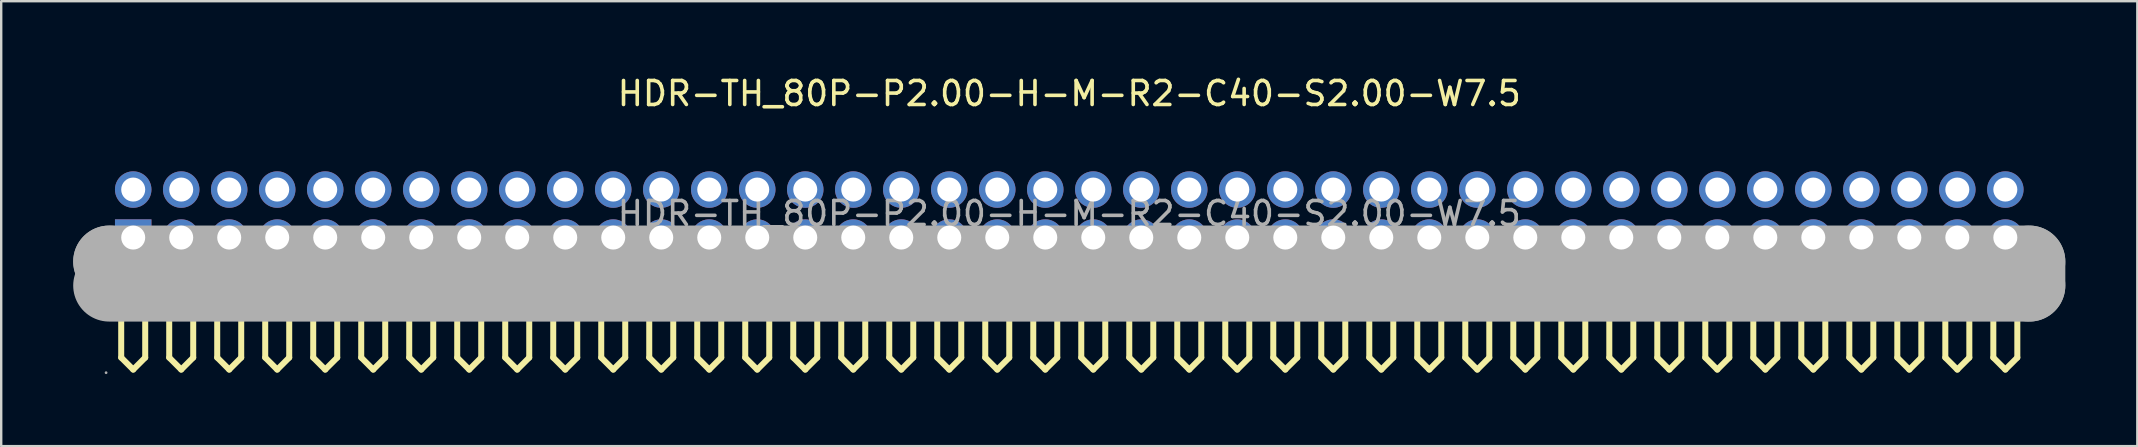
<source format=kicad_pcb>
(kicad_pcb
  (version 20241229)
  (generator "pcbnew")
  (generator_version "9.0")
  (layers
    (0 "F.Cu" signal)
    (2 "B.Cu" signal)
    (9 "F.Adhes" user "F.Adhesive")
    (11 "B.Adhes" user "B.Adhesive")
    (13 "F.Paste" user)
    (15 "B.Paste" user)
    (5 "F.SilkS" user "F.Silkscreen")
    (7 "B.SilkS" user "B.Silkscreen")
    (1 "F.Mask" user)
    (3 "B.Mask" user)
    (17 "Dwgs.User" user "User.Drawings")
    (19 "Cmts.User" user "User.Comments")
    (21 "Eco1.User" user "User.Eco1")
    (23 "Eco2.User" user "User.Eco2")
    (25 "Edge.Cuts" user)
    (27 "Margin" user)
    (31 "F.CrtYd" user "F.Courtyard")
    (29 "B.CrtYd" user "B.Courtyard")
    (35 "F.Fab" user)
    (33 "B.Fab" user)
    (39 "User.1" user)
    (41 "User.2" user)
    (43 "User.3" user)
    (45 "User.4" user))
  (footprint "HDR-TH_80P-P2.00-H-M-R2-C40-S2.00-W7.5"
    (layer "F.Cu")
    (at 41.5 5.848)
    (property "Reference" "HDR-TH_80P-P2.00-H-M-R2-C40-S2.00-W7.5" (at 0 -5 0) (layer "F.SilkS") (effects (font (size 1 1) (thickness 0.15))))
    (attr through_hole)
    (fp_line (start -39.5 3) (end -39.5 6) (stroke (width 0.25) (type solid)) (layer "F.SilkS"))
    (fp_line (start -39.5 3) (end -38.5 3) (stroke (width 0.25) (type solid)) (layer "F.SilkS"))
    (fp_line (start -39.5 6) (end -39 6.5) (stroke (width 0.25) (type solid)) (layer "F.SilkS"))
    (fp_line (start -39 6.5) (end -38.5 6) (stroke (width 0.25) (type solid)) (layer "F.SilkS"))
    (fp_line (start -38.5 6) (end -38.5 3) (stroke (width 0.25) (type solid)) (layer "F.SilkS"))
    (fp_line (start -37.5 3) (end -37.5 6) (stroke (width 0.25) (type solid)) (layer "F.SilkS"))
    (fp_line (start -37.5 3) (end -36.5 3) (stroke (width 0.25) (type solid)) (layer "F.SilkS"))
    (fp_line (start -37.5 6) (end -37 6.5) (stroke (width 0.25) (type solid)) (layer "F.SilkS"))
    (fp_line (start -37 6.5) (end -36.5 6) (stroke (width 0.25) (type solid)) (layer "F.SilkS"))
    (fp_line (start -36.5 6) (end -36.5 3) (stroke (width 0.25) (type solid)) (layer "F.SilkS"))
    (fp_line (start -35.5 3) (end -35.5 6) (stroke (width 0.25) (type solid)) (layer "F.SilkS"))
    (fp_line (start -35.5 3) (end -34.5 3) (stroke (width 0.25) (type solid)) (layer "F.SilkS"))
    (fp_line (start -35.5 6) (end -35 6.5) (stroke (width 0.25) (type solid)) (layer "F.SilkS"))
    (fp_line (start -35 6.5) (end -34.5 6) (stroke (width 0.25) (type solid)) (layer "F.SilkS"))
    (fp_line (start -34.5 6) (end -34.5 3) (stroke (width 0.25) (type solid)) (layer "F.SilkS"))
    (fp_line (start -33.5 3) (end -33.5 6) (stroke (width 0.25) (type solid)) (layer "F.SilkS"))
    (fp_line (start -33.5 3) (end -32.5 3) (stroke (width 0.25) (type solid)) (layer "F.SilkS"))
    (fp_line (start -33.5 6) (end -33 6.5) (stroke (width 0.25) (type solid)) (layer "F.SilkS"))
    (fp_line (start -33 6.5) (end -32.5 6) (stroke (width 0.25) (type solid)) (layer "F.SilkS"))
    (fp_line (start -32.5 6) (end -32.5 3) (stroke (width 0.25) (type solid)) (layer "F.SilkS"))
    (fp_line (start -31.5 3) (end -31.5 6) (stroke (width 0.25) (type solid)) (layer "F.SilkS"))
    (fp_line (start -31.5 3) (end -30.5 3) (stroke (width 0.25) (type solid)) (layer "F.SilkS"))
    (fp_line (start -31.5 6) (end -31 6.5) (stroke (width 0.25) (type solid)) (layer "F.SilkS"))
    (fp_line (start -31 6.5) (end -30.5 6) (stroke (width 0.25) (type solid)) (layer "F.SilkS"))
    (fp_line (start -30.5 6) (end -30.5 3) (stroke (width 0.25) (type solid)) (layer "F.SilkS"))
    (fp_line (start -29.5 3) (end -29.5 6) (stroke (width 0.25) (type solid)) (layer "F.SilkS"))
    (fp_line (start -29.5 3) (end -28.5 3) (stroke (width 0.25) (type solid)) (layer "F.SilkS"))
    (fp_line (start -29.5 6) (end -29 6.5) (stroke (width 0.25) (type solid)) (layer "F.SilkS"))
    (fp_line (start -29 6.5) (end -28.5 6) (stroke (width 0.25) (type solid)) (layer "F.SilkS"))
    (fp_line (start -28.5 6) (end -28.5 3) (stroke (width 0.25) (type solid)) (layer "F.SilkS"))
    (fp_line (start -27.5 3) (end -27.5 6) (stroke (width 0.25) (type solid)) (layer "F.SilkS"))
    (fp_line (start -27.5 3) (end -26.5 3) (stroke (width 0.25) (type solid)) (layer "F.SilkS"))
    (fp_line (start -27.5 6) (end -27 6.5) (stroke (width 0.25) (type solid)) (layer "F.SilkS"))
    (fp_line (start -27 6.5) (end -26.5 6) (stroke (width 0.25) (type solid)) (layer "F.SilkS"))
    (fp_line (start -26.5 6) (end -26.5 3) (stroke (width 0.25) (type solid)) (layer "F.SilkS"))
    (fp_line (start -25.5 3) (end -25.5 6) (stroke (width 0.25) (type solid)) (layer "F.SilkS"))
    (fp_line (start -25.5 3) (end -24.5 3) (stroke (width 0.25) (type solid)) (layer "F.SilkS"))
    (fp_line (start -25.5 6) (end -25 6.5) (stroke (width 0.25) (type solid)) (layer "F.SilkS"))
    (fp_line (start -25 6.5) (end -24.5 6) (stroke (width 0.25) (type solid)) (layer "F.SilkS"))
    (fp_line (start -24.5 6) (end -24.5 3) (stroke (width 0.25) (type solid)) (layer "F.SilkS"))
    (fp_line (start -23.5 3) (end -23.5 6) (stroke (width 0.25) (type solid)) (layer "F.SilkS"))
    (fp_line (start -23.5 3) (end -22.5 3) (stroke (width 0.25) (type solid)) (layer "F.SilkS"))
    (fp_line (start -23.5 6) (end -23 6.5) (stroke (width 0.25) (type solid)) (layer "F.SilkS"))
    (fp_line (start -23 6.5) (end -22.5 6) (stroke (width 0.25) (type solid)) (layer "F.SilkS"))
    (fp_line (start -22.5 6) (end -22.5 3) (stroke (width 0.25) (type solid)) (layer "F.SilkS"))
    (fp_line (start -21.5 3) (end -21.5 6) (stroke (width 0.25) (type solid)) (layer "F.SilkS"))
    (fp_line (start -21.5 3) (end -20.5 3) (stroke (width 0.25) (type solid)) (layer "F.SilkS"))
    (fp_line (start -21.5 6) (end -21 6.5) (stroke (width 0.25) (type solid)) (layer "F.SilkS"))
    (fp_line (start -21 6.5) (end -20.5 6) (stroke (width 0.25) (type solid)) (layer "F.SilkS"))
    (fp_line (start -20.5 6) (end -20.5 3) (stroke (width 0.25) (type solid)) (layer "F.SilkS"))
    (fp_line (start -19.5 3) (end -19.5 6) (stroke (width 0.25) (type solid)) (layer "F.SilkS"))
    (fp_line (start -19.5 3) (end -18.5 3) (stroke (width 0.25) (type solid)) (layer "F.SilkS"))
    (fp_line (start -19.5 6) (end -19 6.5) (stroke (width 0.25) (type solid)) (layer "F.SilkS"))
    (fp_line (start -19 6.5) (end -18.5 6) (stroke (width 0.25) (type solid)) (layer "F.SilkS"))
    (fp_line (start -18.5 6) (end -18.5 3) (stroke (width 0.25) (type solid)) (layer "F.SilkS"))
    (fp_line (start -17.5 3) (end -17.5 6) (stroke (width 0.25) (type solid)) (layer "F.SilkS"))
    (fp_line (start -17.5 3) (end -16.5 3) (stroke (width 0.25) (type solid)) (layer "F.SilkS"))
    (fp_line (start -17.5 6) (end -17 6.5) (stroke (width 0.25) (type solid)) (layer "F.SilkS"))
    (fp_line (start -17 6.5) (end -16.5 6) (stroke (width 0.25) (type solid)) (layer "F.SilkS"))
    (fp_line (start -16.5 6) (end -16.5 3) (stroke (width 0.25) (type solid)) (layer "F.SilkS"))
    (fp_line (start -15.5 3) (end -15.5 6) (stroke (width 0.25) (type solid)) (layer "F.SilkS"))
    (fp_line (start -15.5 3) (end -14.5 3) (stroke (width 0.25) (type solid)) (layer "F.SilkS"))
    (fp_line (start -15.5 6) (end -15 6.5) (stroke (width 0.25) (type solid)) (layer "F.SilkS"))
    (fp_line (start -15 6.5) (end -14.5 6) (stroke (width 0.25) (type solid)) (layer "F.SilkS"))
    (fp_line (start -14.5 6) (end -14.5 3) (stroke (width 0.25) (type solid)) (layer "F.SilkS"))
    (fp_line (start -13.5 3) (end -13.5 6) (stroke (width 0.25) (type solid)) (layer "F.SilkS"))
    (fp_line (start -13.5 3) (end -12.5 3) (stroke (width 0.25) (type solid)) (layer "F.SilkS"))
    (fp_line (start -13.5 6) (end -13 6.5) (stroke (width 0.25) (type solid)) (layer "F.SilkS"))
    (fp_line (start -13 6.5) (end -12.5 6) (stroke (width 0.25) (type solid)) (layer "F.SilkS"))
    (fp_line (start -12.5 6) (end -12.5 3) (stroke (width 0.25) (type solid)) (layer "F.SilkS"))
    (fp_line (start -11.5 3) (end -11.5 6) (stroke (width 0.25) (type solid)) (layer "F.SilkS"))
    (fp_line (start -11.5 3) (end -10.5 3) (stroke (width 0.25) (type solid)) (layer "F.SilkS"))
    (fp_line (start -11.5 6) (end -11 6.5) (stroke (width 0.25) (type solid)) (layer "F.SilkS"))
    (fp_line (start -11 6.5) (end -10.5 6) (stroke (width 0.25) (type solid)) (layer "F.SilkS"))
    (fp_line (start -10.5 6) (end -10.5 3) (stroke (width 0.25) (type solid)) (layer "F.SilkS"))
    (fp_line (start -9.5 3) (end -9.5 6) (stroke (width 0.25) (type solid)) (layer "F.SilkS"))
    (fp_line (start -9.5 3) (end -8.5 3) (stroke (width 0.25) (type solid)) (layer "F.SilkS"))
    (fp_line (start -9.5 6) (end -9 6.5) (stroke (width 0.25) (type solid)) (layer "F.SilkS"))
    (fp_line (start -9 6.5) (end -8.5 6) (stroke (width 0.25) (type solid)) (layer "F.SilkS"))
    (fp_line (start -8.5 6) (end -8.5 3) (stroke (width 0.25) (type solid)) (layer "F.SilkS"))
    (fp_line (start -7.5 3) (end -7.5 6) (stroke (width 0.25) (type solid)) (layer "F.SilkS"))
    (fp_line (start -7.5 3) (end -6.5 3) (stroke (width 0.25) (type solid)) (layer "F.SilkS"))
    (fp_line (start -7.5 6) (end -7 6.5) (stroke (width 0.25) (type solid)) (layer "F.SilkS"))
    (fp_line (start -7 6.5) (end -6.5 6) (stroke (width 0.25) (type solid)) (layer "F.SilkS"))
    (fp_line (start -6.5 6) (end -6.5 3) (stroke (width 0.25) (type solid)) (layer "F.SilkS"))
    (fp_line (start -5.5 3) (end -5.5 6) (stroke (width 0.25) (type solid)) (layer "F.SilkS"))
    (fp_line (start -5.5 3) (end -4.5 3) (stroke (width 0.25) (type solid)) (layer "F.SilkS"))
    (fp_line (start -5.5 6) (end -5 6.5) (stroke (width 0.25) (type solid)) (layer "F.SilkS"))
    (fp_line (start -5 6.5) (end -4.5 6) (stroke (width 0.25) (type solid)) (layer "F.SilkS"))
    (fp_line (start -4.5 6) (end -4.5 3) (stroke (width 0.25) (type solid)) (layer "F.SilkS"))
    (fp_line (start -3.5 3) (end -3.5 6) (stroke (width 0.25) (type solid)) (layer "F.SilkS"))
    (fp_line (start -3.5 3) (end -2.5 3) (stroke (width 0.25) (type solid)) (layer "F.SilkS"))
    (fp_line (start -3.5 6) (end -3 6.5) (stroke (width 0.25) (type solid)) (layer "F.SilkS"))
    (fp_line (start -3 6.5) (end -2.5 6) (stroke (width 0.25) (type solid)) (layer "F.SilkS"))
    (fp_line (start -2.5 6) (end -2.5 3) (stroke (width 0.25) (type solid)) (layer "F.SilkS"))
    (fp_line (start -1.5 3) (end -1.5 6) (stroke (width 0.25) (type solid)) (layer "F.SilkS"))
    (fp_line (start -1.5 3) (end -0.5 3) (stroke (width 0.25) (type solid)) (layer "F.SilkS"))
    (fp_line (start -1.5 6) (end -1 6.5) (stroke (width 0.25) (type solid)) (layer "F.SilkS"))
    (fp_line (start -1 6.5) (end -0.5 6) (stroke (width 0.25) (type solid)) (layer "F.SilkS"))
    (fp_line (start -0.5 6) (end -0.5 3) (stroke (width 0.25) (type solid)) (layer "F.SilkS"))
    (fp_line (start 0.5 3) (end 0.5 6) (stroke (width 0.25) (type solid)) (layer "F.SilkS"))
    (fp_line (start 0.5 3) (end 1.5 3) (stroke (width 0.25) (type solid)) (layer "F.SilkS"))
    (fp_line (start 0.5 6) (end 1 6.5) (stroke (width 0.25) (type solid)) (layer "F.SilkS"))
    (fp_line (start 1 6.5) (end 1.5 6) (stroke (width 0.25) (type solid)) (layer "F.SilkS"))
    (fp_line (start 1.5 6) (end 1.5 3) (stroke (width 0.25) (type solid)) (layer "F.SilkS"))
    (fp_line (start 2.5 3) (end 2.5 6) (stroke (width 0.25) (type solid)) (layer "F.SilkS"))
    (fp_line (start 2.5 3) (end 3.5 3) (stroke (width 0.25) (type solid)) (layer "F.SilkS"))
    (fp_line (start 2.5 6) (end 3 6.5) (stroke (width 0.25) (type solid)) (layer "F.SilkS"))
    (fp_line (start 3 6.5) (end 3.5 6) (stroke (width 0.25) (type solid)) (layer "F.SilkS"))
    (fp_line (start 3.5 6) (end 3.5 3) (stroke (width 0.25) (type solid)) (layer "F.SilkS"))
    (fp_line (start 4.5 3) (end 4.5 6) (stroke (width 0.25) (type solid)) (layer "F.SilkS"))
    (fp_line (start 4.5 3) (end 5.5 3) (stroke (width 0.25) (type solid)) (layer "F.SilkS"))
    (fp_line (start 4.5 6) (end 5 6.5) (stroke (width 0.25) (type solid)) (layer "F.SilkS"))
    (fp_line (start 5 6.5) (end 5.5 6) (stroke (width 0.25) (type solid)) (layer "F.SilkS"))
    (fp_line (start 5.5 6) (end 5.5 3) (stroke (width 0.25) (type solid)) (layer "F.SilkS"))
    (fp_line (start 6.5 3) (end 6.5 6) (stroke (width 0.25) (type solid)) (layer "F.SilkS"))
    (fp_line (start 6.5 3) (end 7.5 3) (stroke (width 0.25) (type solid)) (layer "F.SilkS"))
    (fp_line (start 6.5 6) (end 7 6.5) (stroke (width 0.25) (type solid)) (layer "F.SilkS"))
    (fp_line (start 7 6.5) (end 7.5 6) (stroke (width 0.25) (type solid)) (layer "F.SilkS"))
    (fp_line (start 7.5 6) (end 7.5 3) (stroke (width 0.25) (type solid)) (layer "F.SilkS"))
    (fp_line (start 8.5 3) (end 8.5 6) (stroke (width 0.25) (type solid)) (layer "F.SilkS"))
    (fp_line (start 8.5 3) (end 9.5 3) (stroke (width 0.25) (type solid)) (layer "F.SilkS"))
    (fp_line (start 8.5 6) (end 9 6.5) (stroke (width 0.25) (type solid)) (layer "F.SilkS"))
    (fp_line (start 9 6.5) (end 9.5 6) (stroke (width 0.25) (type solid)) (layer "F.SilkS"))
    (fp_line (start 9.5 6) (end 9.5 3) (stroke (width 0.25) (type solid)) (layer "F.SilkS"))
    (fp_line (start 10.5 3) (end 10.5 6) (stroke (width 0.25) (type solid)) (layer "F.SilkS"))
    (fp_line (start 10.5 3) (end 11.5 3) (stroke (width 0.25) (type solid)) (layer "F.SilkS"))
    (fp_line (start 10.5 6) (end 11 6.5) (stroke (width 0.25) (type solid)) (layer "F.SilkS"))
    (fp_line (start 11 6.5) (end 11.5 6) (stroke (width 0.25) (type solid)) (layer "F.SilkS"))
    (fp_line (start 11.5 6) (end 11.5 3) (stroke (width 0.25) (type solid)) (layer "F.SilkS"))
    (fp_line (start 12.5 3) (end 12.5 6) (stroke (width 0.25) (type solid)) (layer "F.SilkS"))
    (fp_line (start 12.5 3) (end 13.5 3) (stroke (width 0.25) (type solid)) (layer "F.SilkS"))
    (fp_line (start 12.5 6) (end 13 6.5) (stroke (width 0.25) (type solid)) (layer "F.SilkS"))
    (fp_line (start 13 6.5) (end 13.5 6) (stroke (width 0.25) (type solid)) (layer "F.SilkS"))
    (fp_line (start 13.5 6) (end 13.5 3) (stroke (width 0.25) (type solid)) (layer "F.SilkS"))
    (fp_line (start 14.5 3) (end 14.5 6) (stroke (width 0.25) (type solid)) (layer "F.SilkS"))
    (fp_line (start 14.5 3) (end 15.5 3) (stroke (width 0.25) (type solid)) (layer "F.SilkS"))
    (fp_line (start 14.5 6) (end 15 6.5) (stroke (width 0.25) (type solid)) (layer "F.SilkS"))
    (fp_line (start 15 6.5) (end 15.5 6) (stroke (width 0.25) (type solid)) (layer "F.SilkS"))
    (fp_line (start 15.5 6) (end 15.5 3) (stroke (width 0.25) (type solid)) (layer "F.SilkS"))
    (fp_line (start 16.5 3) (end 16.5 6) (stroke (width 0.25) (type solid)) (layer "F.SilkS"))
    (fp_line (start 16.5 3) (end 17.5 3) (stroke (width 0.25) (type solid)) (layer "F.SilkS"))
    (fp_line (start 16.5 6) (end 17 6.5) (stroke (width 0.25) (type solid)) (layer "F.SilkS"))
    (fp_line (start 17 6.5) (end 17.5 6) (stroke (width 0.25) (type solid)) (layer "F.SilkS"))
    (fp_line (start 17.5 6) (end 17.5 3) (stroke (width 0.25) (type solid)) (layer "F.SilkS"))
    (fp_line (start 18.5 3) (end 18.5 6) (stroke (width 0.25) (type solid)) (layer "F.SilkS"))
    (fp_line (start 18.5 3) (end 19.5 3) (stroke (width 0.25) (type solid)) (layer "F.SilkS"))
    (fp_line (start 18.5 6) (end 19 6.5) (stroke (width 0.25) (type solid)) (layer "F.SilkS"))
    (fp_line (start 19 6.5) (end 19.5 6) (stroke (width 0.25) (type solid)) (layer "F.SilkS"))
    (fp_line (start 19.5 6) (end 19.5 3) (stroke (width 0.25) (type solid)) (layer "F.SilkS"))
    (fp_line (start 20.5 3) (end 20.5 6) (stroke (width 0.25) (type solid)) (layer "F.SilkS"))
    (fp_line (start 20.5 3) (end 21.5 3) (stroke (width 0.25) (type solid)) (layer "F.SilkS"))
    (fp_line (start 20.5 6) (end 21 6.5) (stroke (width 0.25) (type solid)) (layer "F.SilkS"))
    (fp_line (start 21 6.5) (end 21.5 6) (stroke (width 0.25) (type solid)) (layer "F.SilkS"))
    (fp_line (start 21.5 6) (end 21.5 3) (stroke (width 0.25) (type solid)) (layer "F.SilkS"))
    (fp_line (start 22.5 3) (end 22.5 6) (stroke (width 0.25) (type solid)) (layer "F.SilkS"))
    (fp_line (start 22.5 3) (end 23.5 3) (stroke (width 0.25) (type solid)) (layer "F.SilkS"))
    (fp_line (start 22.5 6) (end 23 6.5) (stroke (width 0.25) (type solid)) (layer "F.SilkS"))
    (fp_line (start 23 6.5) (end 23.5 6) (stroke (width 0.25) (type solid)) (layer "F.SilkS"))
    (fp_line (start 23.5 6) (end 23.5 3) (stroke (width 0.25) (type solid)) (layer "F.SilkS"))
    (fp_line (start 24.5 3) (end 24.5 6) (stroke (width 0.25) (type solid)) (layer "F.SilkS"))
    (fp_line (start 24.5 3) (end 25.5 3) (stroke (width 0.25) (type solid)) (layer "F.SilkS"))
    (fp_line (start 24.5 6) (end 25 6.5) (stroke (width 0.25) (type solid)) (layer "F.SilkS"))
    (fp_line (start 25 6.5) (end 25.5 6) (stroke (width 0.25) (type solid)) (layer "F.SilkS"))
    (fp_line (start 25.5 6) (end 25.5 3) (stroke (width 0.25) (type solid)) (layer "F.SilkS"))
    (fp_line (start 26.5 3) (end 26.5 6) (stroke (width 0.25) (type solid)) (layer "F.SilkS"))
    (fp_line (start 26.5 3) (end 27.5 3) (stroke (width 0.25) (type solid)) (layer "F.SilkS"))
    (fp_line (start 26.5 6) (end 27 6.5) (stroke (width 0.25) (type solid)) (layer "F.SilkS"))
    (fp_line (start 27 6.5) (end 27.5 6) (stroke (width 0.25) (type solid)) (layer "F.SilkS"))
    (fp_line (start 27.5 6) (end 27.5 3) (stroke (width 0.25) (type solid)) (layer "F.SilkS"))
    (fp_line (start 28.5 3) (end 28.5 6) (stroke (width 0.25) (type solid)) (layer "F.SilkS"))
    (fp_line (start 28.5 3) (end 29.5 3) (stroke (width 0.25) (type solid)) (layer "F.SilkS"))
    (fp_line (start 28.5 6) (end 29 6.5) (stroke (width 0.25) (type solid)) (layer "F.SilkS"))
    (fp_line (start 29 6.5) (end 29.5 6) (stroke (width 0.25) (type solid)) (layer "F.SilkS"))
    (fp_line (start 29.5 6) (end 29.5 3) (stroke (width 0.25) (type solid)) (layer "F.SilkS"))
    (fp_line (start 30.5 3) (end 30.5 6) (stroke (width 0.25) (type solid)) (layer "F.SilkS"))
    (fp_line (start 30.5 3) (end 31.5 3) (stroke (width 0.25) (type solid)) (layer "F.SilkS"))
    (fp_line (start 30.5 6) (end 31 6.5) (stroke (width 0.25) (type solid)) (layer "F.SilkS"))
    (fp_line (start 31 6.5) (end 31.5 6) (stroke (width 0.25) (type solid)) (layer "F.SilkS"))
    (fp_line (start 31.5 6) (end 31.5 3) (stroke (width 0.25) (type solid)) (layer "F.SilkS"))
    (fp_line (start 32.5 3) (end 32.5 6) (stroke (width 0.25) (type solid)) (layer "F.SilkS"))
    (fp_line (start 32.5 3) (end 33.5 3) (stroke (width 0.25) (type solid)) (layer "F.SilkS"))
    (fp_line (start 32.5 6) (end 33 6.5) (stroke (width 0.25) (type solid)) (layer "F.SilkS"))
    (fp_line (start 33 6.5) (end 33.5 6) (stroke (width 0.25) (type solid)) (layer "F.SilkS"))
    (fp_line (start 33.5 6) (end 33.5 3) (stroke (width 0.25) (type solid)) (layer "F.SilkS"))
    (fp_line (start 34.5 3) (end 34.5 6) (stroke (width 0.25) (type solid)) (layer "F.SilkS"))
    (fp_line (start 34.5 3) (end 35.5 3) (stroke (width 0.25) (type solid)) (layer "F.SilkS"))
    (fp_line (start 34.5 6) (end 35 6.5) (stroke (width 0.25) (type solid)) (layer "F.SilkS"))
    (fp_line (start 35 6.5) (end 35.5 6) (stroke (width 0.25) (type solid)) (layer "F.SilkS"))
    (fp_line (start 35.5 6) (end 35.5 3) (stroke (width 0.25) (type solid)) (layer "F.SilkS"))
    (fp_line (start 36.5 3) (end 36.5 6) (stroke (width 0.25) (type solid)) (layer "F.SilkS"))
    (fp_line (start 36.5 3) (end 37.5 3) (stroke (width 0.25) (type solid)) (layer "F.SilkS"))
    (fp_line (start 36.5 6) (end 37 6.5) (stroke (width 0.25) (type solid)) (layer "F.SilkS"))
    (fp_line (start 37 6.5) (end 37.5 6) (stroke (width 0.25) (type solid)) (layer "F.SilkS"))
    (fp_line (start 37.5 6) (end 37.5 3) (stroke (width 0.25) (type solid)) (layer "F.SilkS"))
    (fp_line (start 38.5 3) (end 38.5 6) (stroke (width 0.25) (type solid)) (layer "F.SilkS"))
    (fp_line (start 38.5 3) (end 39.5 3) (stroke (width 0.25) (type solid)) (layer "F.SilkS"))
    (fp_line (start 38.5 6) (end 39 6.5) (stroke (width 0.25) (type solid)) (layer "F.SilkS"))
    (fp_line (start 39 6.5) (end 39.5 6) (stroke (width 0.25) (type solid)) (layer "F.SilkS"))
    (fp_line (start 39.5 6) (end 39.5 3) (stroke (width 0.25) (type solid)) (layer "F.SilkS"))
    (fp_line (start -40 2) (end -40 2) (stroke (width 3) (type solid)) (layer "F.Fab"))
    (fp_line (start -40 2) (end 40 2) (stroke (width 3) (type solid)) (layer "F.Fab"))
    (fp_line (start 40 2) (end 40 3) (stroke (width 3) (type solid)) (layer "F.Fab"))
    (fp_line (start 40 3) (end -40 3) (stroke (width 3) (type solid)) (layer "F.Fab"))
    (fp_circle (center -40.13 6.63) (end -40.1 6.63) (stroke (width 0.06) (type solid)) (fill no) (layer "F.Fab"))
    (fp_circle (center -39 -1) (end -38.8 -1) (stroke (width 0.4) (type solid)) (fill no) (layer "F.Fab"))
    (fp_circle (center -39 1) (end -38.8 1) (stroke (width 0.4) (type solid)) (fill no) (layer "F.Fab"))
    (fp_circle (center -37 -1) (end -36.8 -1) (stroke (width 0.4) (type solid)) (fill no) (layer "F.Fab"))
    (fp_circle (center -37 1) (end -36.8 1) (stroke (width 0.4) (type solid)) (fill no) (layer "F.Fab"))
    (fp_circle (center -35 -1) (end -34.8 -1) (stroke (width 0.4) (type solid)) (fill no) (layer "F.Fab"))
    (fp_circle (center -35 1) (end -34.8 1) (stroke (width 0.4) (type solid)) (fill no) (layer "F.Fab"))
    (fp_circle (center -33 -1) (end -32.8 -1) (stroke (width 0.4) (type solid)) (fill no) (layer "F.Fab"))
    (fp_circle (center -33 1) (end -32.8 1) (stroke (width 0.4) (type solid)) (fill no) (layer "F.Fab"))
    (fp_circle (center -31 -1) (end -30.8 -1) (stroke (width 0.4) (type solid)) (fill no) (layer "F.Fab"))
    (fp_circle (center -31 1) (end -30.8 1) (stroke (width 0.4) (type solid)) (fill no) (layer "F.Fab"))
    (fp_circle (center -29 -1) (end -28.8 -1) (stroke (width 0.4) (type solid)) (fill no) (layer "F.Fab"))
    (fp_circle (center -29 1) (end -28.8 1) (stroke (width 0.4) (type solid)) (fill no) (layer "F.Fab"))
    (fp_circle (center -27 -1) (end -26.8 -1) (stroke (width 0.4) (type solid)) (fill no) (layer "F.Fab"))
    (fp_circle (center -27 1) (end -26.8 1) (stroke (width 0.4) (type solid)) (fill no) (layer "F.Fab"))
    (fp_circle (center -25 -1) (end -24.8 -1) (stroke (width 0.4) (type solid)) (fill no) (layer "F.Fab"))
    (fp_circle (center -25 1) (end -24.8 1) (stroke (width 0.4) (type solid)) (fill no) (layer "F.Fab"))
    (fp_circle (center -23 -1) (end -22.8 -1) (stroke (width 0.4) (type solid)) (fill no) (layer "F.Fab"))
    (fp_circle (center -23 1) (end -22.8 1) (stroke (width 0.4) (type solid)) (fill no) (layer "F.Fab"))
    (fp_circle (center -21 -1) (end -20.8 -1) (stroke (width 0.4) (type solid)) (fill no) (layer "F.Fab"))
    (fp_circle (center -21 1) (end -20.8 1) (stroke (width 0.4) (type solid)) (fill no) (layer "F.Fab"))
    (fp_circle (center -19 -1) (end -18.8 -1) (stroke (width 0.4) (type solid)) (fill no) (layer "F.Fab"))
    (fp_circle (center -19 1) (end -18.8 1) (stroke (width 0.4) (type solid)) (fill no) (layer "F.Fab"))
    (fp_circle (center -17 -1) (end -16.8 -1) (stroke (width 0.4) (type solid)) (fill no) (layer "F.Fab"))
    (fp_circle (center -17 1) (end -16.8 1) (stroke (width 0.4) (type solid)) (fill no) (layer "F.Fab"))
    (fp_circle (center -15 -1) (end -14.8 -1) (stroke (width 0.4) (type solid)) (fill no) (layer "F.Fab"))
    (fp_circle (center -15 1) (end -14.8 1) (stroke (width 0.4) (type solid)) (fill no) (layer "F.Fab"))
    (fp_circle (center -13 -1) (end -12.8 -1) (stroke (width 0.4) (type solid)) (fill no) (layer "F.Fab"))
    (fp_circle (center -13 1) (end -12.8 1) (stroke (width 0.4) (type solid)) (fill no) (layer "F.Fab"))
    (fp_circle (center -11 -1) (end -10.8 -1) (stroke (width 0.4) (type solid)) (fill no) (layer "F.Fab"))
    (fp_circle (center -11 1) (end -10.8 1) (stroke (width 0.4) (type solid)) (fill no) (layer "F.Fab"))
    (fp_circle (center -9 -1) (end -8.8 -1) (stroke (width 0.4) (type solid)) (fill no) (layer "F.Fab"))
    (fp_circle (center -9 1) (end -8.8 1) (stroke (width 0.4) (type solid)) (fill no) (layer "F.Fab"))
    (fp_circle (center -7 -1) (end -6.8 -1) (stroke (width 0.4) (type solid)) (fill no) (layer "F.Fab"))
    (fp_circle (center -7 1) (end -6.8 1) (stroke (width 0.4) (type solid)) (fill no) (layer "F.Fab"))
    (fp_circle (center -5 -1) (end -4.8 -1) (stroke (width 0.4) (type solid)) (fill no) (layer "F.Fab"))
    (fp_circle (center -5 1) (end -4.8 1) (stroke (width 0.4) (type solid)) (fill no) (layer "F.Fab"))
    (fp_circle (center -3 -1) (end -2.8 -1) (stroke (width 0.4) (type solid)) (fill no) (layer "F.Fab"))
    (fp_circle (center -3 1) (end -2.8 1) (stroke (width 0.4) (type solid)) (fill no) (layer "F.Fab"))
    (fp_circle (center -1 -1) (end -0.8 -1) (stroke (width 0.4) (type solid)) (fill no) (layer "F.Fab"))
    (fp_circle (center -1 1) (end -0.8 1) (stroke (width 0.4) (type solid)) (fill no) (layer "F.Fab"))
    (fp_circle (center 1 -1) (end 1.2 -1) (stroke (width 0.4) (type solid)) (fill no) (layer "F.Fab"))
    (fp_circle (center 1 1) (end 1.2 1) (stroke (width 0.4) (type solid)) (fill no) (layer "F.Fab"))
    (fp_circle (center 3 -1) (end 3.2 -1) (stroke (width 0.4) (type solid)) (fill no) (layer "F.Fab"))
    (fp_circle (center 3 1) (end 3.2 1) (stroke (width 0.4) (type solid)) (fill no) (layer "F.Fab"))
    (fp_circle (center 5 -1) (end 5.2 -1) (stroke (width 0.4) (type solid)) (fill no) (layer "F.Fab"))
    (fp_circle (center 5 1) (end 5.2 1) (stroke (width 0.4) (type solid)) (fill no) (layer "F.Fab"))
    (fp_circle (center 7 -1) (end 7.2 -1) (stroke (width 0.4) (type solid)) (fill no) (layer "F.Fab"))
    (fp_circle (center 7 1) (end 7.2 1) (stroke (width 0.4) (type solid)) (fill no) (layer "F.Fab"))
    (fp_circle (center 9 -1) (end 9.2 -1) (stroke (width 0.4) (type solid)) (fill no) (layer "F.Fab"))
    (fp_circle (center 9 1) (end 9.2 1) (stroke (width 0.4) (type solid)) (fill no) (layer "F.Fab"))
    (fp_circle (center 11 -1) (end 11.2 -1) (stroke (width 0.4) (type solid)) (fill no) (layer "F.Fab"))
    (fp_circle (center 11 1) (end 11.2 1) (stroke (width 0.4) (type solid)) (fill no) (layer "F.Fab"))
    (fp_circle (center 13 -1) (end 13.2 -1) (stroke (width 0.4) (type solid)) (fill no) (layer "F.Fab"))
    (fp_circle (center 13 1) (end 13.2 1) (stroke (width 0.4) (type solid)) (fill no) (layer "F.Fab"))
    (fp_circle (center 15 -1) (end 15.2 -1) (stroke (width 0.4) (type solid)) (fill no) (layer "F.Fab"))
    (fp_circle (center 15 1) (end 15.2 1) (stroke (width 0.4) (type solid)) (fill no) (layer "F.Fab"))
    (fp_circle (center 17 -1) (end 17.2 -1) (stroke (width 0.4) (type solid)) (fill no) (layer "F.Fab"))
    (fp_circle (center 17 1) (end 17.2 1) (stroke (width 0.4) (type solid)) (fill no) (layer "F.Fab"))
    (fp_circle (center 19 -1) (end 19.2 -1) (stroke (width 0.4) (type solid)) (fill no) (layer "F.Fab"))
    (fp_circle (center 19 1) (end 19.2 1) (stroke (width 0.4) (type solid)) (fill no) (layer "F.Fab"))
    (fp_circle (center 21 -1) (end 21.2 -1) (stroke (width 0.4) (type solid)) (fill no) (layer "F.Fab"))
    (fp_circle (center 21 1) (end 21.2 1) (stroke (width 0.4) (type solid)) (fill no) (layer "F.Fab"))
    (fp_circle (center 23 -1) (end 23.2 -1) (stroke (width 0.4) (type solid)) (fill no) (layer "F.Fab"))
    (fp_circle (center 23 1) (end 23.2 1) (stroke (width 0.4) (type solid)) (fill no) (layer "F.Fab"))
    (fp_circle (center 25 -1) (end 25.2 -1) (stroke (width 0.4) (type solid)) (fill no) (layer "F.Fab"))
    (fp_circle (center 25 1) (end 25.2 1) (stroke (width 0.4) (type solid)) (fill no) (layer "F.Fab"))
    (fp_circle (center 27 -1) (end 27.2 -1) (stroke (width 0.4) (type solid)) (fill no) (layer "F.Fab"))
    (fp_circle (center 27 1) (end 27.2 1) (stroke (width 0.4) (type solid)) (fill no) (layer "F.Fab"))
    (fp_circle (center 29 -1) (end 29.2 -1) (stroke (width 0.4) (type solid)) (fill no) (layer "F.Fab"))
    (fp_circle (center 29 1) (end 29.2 1) (stroke (width 0.4) (type solid)) (fill no) (layer "F.Fab"))
    (fp_circle (center 31 -1) (end 31.2 -1) (stroke (width 0.4) (type solid)) (fill no) (layer "F.Fab"))
    (fp_circle (center 31 1) (end 31.2 1) (stroke (width 0.4) (type solid)) (fill no) (layer "F.Fab"))
    (fp_circle (center 33 -1) (end 33.2 -1) (stroke (width 0.4) (type solid)) (fill no) (layer "F.Fab"))
    (fp_circle (center 33 1) (end 33.2 1) (stroke (width 0.4) (type solid)) (fill no) (layer "F.Fab"))
    (fp_circle (center 35 -1) (end 35.2 -1) (stroke (width 0.4) (type solid)) (fill no) (layer "F.Fab"))
    (fp_circle (center 35 1) (end 35.2 1) (stroke (width 0.4) (type solid)) (fill no) (layer "F.Fab"))
    (fp_circle (center 37 -1) (end 37.2 -1) (stroke (width 0.4) (type solid)) (fill no) (layer "F.Fab"))
    (fp_circle (center 37 1) (end 37.2 1) (stroke (width 0.4) (type solid)) (fill no) (layer "F.Fab"))
    (fp_circle (center 39 -1) (end 39.2 -1) (stroke (width 0.4) (type solid)) (fill no) (layer "F.Fab"))
    (fp_circle (center 39 1) (end 39.2 1) (stroke (width 0.4) (type solid)) (fill no) (layer "F.Fab"))
    (fp_text user "${REFERENCE}" (at 0 0 0) (layer "F.Fab") (effects (font (size 1 1) (thickness 0.15))))
    (pad "1" thru_hole rect (at -39 1) (size 1.52 1.52) (drill 1) (layers "*.Cu" "*.Paste" "*.Mask"))
    (pad "2" thru_hole circle (at -39 -1 90) (size 1.52 1.52) (drill 1) (layers "*.Cu" "*.Paste" "*.Mask"))
    (pad "3" thru_hole circle (at -37 1 90) (size 1.52 1.52) (drill 1) (layers "*.Cu" "*.Paste" "*.Mask"))
    (pad "4" thru_hole circle (at -37 -1 90) (size 1.52 1.52) (drill 1) (layers "*.Cu" "*.Paste" "*.Mask"))
    (pad "5" thru_hole circle (at -35 1 90) (size 1.52 1.52) (drill 1) (layers "*.Cu" "*.Paste" "*.Mask"))
    (pad "6" thru_hole circle (at -35 -1 90) (size 1.52 1.52) (drill 1) (layers "*.Cu" "*.Paste" "*.Mask"))
    (pad "7" thru_hole circle (at -33 1 90) (size 1.52 1.52) (drill 1) (layers "*.Cu" "*.Paste" "*.Mask"))
    (pad "8" thru_hole circle (at -33 -1 90) (size 1.52 1.52) (drill 1) (layers "*.Cu" "*.Paste" "*.Mask"))
    (pad "9" thru_hole circle (at -31 1 90) (size 1.52 1.52) (drill 1) (layers "*.Cu" "*.Paste" "*.Mask"))
    (pad "10" thru_hole circle (at -31 -1 90) (size 1.52 1.52) (drill 1) (layers "*.Cu" "*.Paste" "*.Mask"))
    (pad "11" thru_hole circle (at -29 1 90) (size 1.52 1.52) (drill 1) (layers "*.Cu" "*.Paste" "*.Mask"))
    (pad "12" thru_hole circle (at -29 -1 90) (size 1.52 1.52) (drill 1) (layers "*.Cu" "*.Paste" "*.Mask"))
    (pad "13" thru_hole circle (at -27 1 90) (size 1.52 1.52) (drill 1) (layers "*.Cu" "*.Paste" "*.Mask"))
    (pad "14" thru_hole circle (at -27 -1 90) (size 1.52 1.52) (drill 1) (layers "*.Cu" "*.Paste" "*.Mask"))
    (pad "15" thru_hole circle (at -25 1 90) (size 1.52 1.52) (drill 1) (layers "*.Cu" "*.Paste" "*.Mask"))
    (pad "16" thru_hole circle (at -25 -1 90) (size 1.52 1.52) (drill 1) (layers "*.Cu" "*.Paste" "*.Mask"))
    (pad "17" thru_hole circle (at -23 1 90) (size 1.52 1.52) (drill 1) (layers "*.Cu" "*.Paste" "*.Mask"))
    (pad "18" thru_hole circle (at -23 -1 90) (size 1.52 1.52) (drill 1) (layers "*.Cu" "*.Paste" "*.Mask"))
    (pad "19" thru_hole circle (at -21 1 90) (size 1.52 1.52) (drill 1) (layers "*.Cu" "*.Paste" "*.Mask"))
    (pad "20" thru_hole circle (at -21 -1 90) (size 1.52 1.52) (drill 1) (layers "*.Cu" "*.Paste" "*.Mask"))
    (pad "21" thru_hole circle (at -19 1 90) (size 1.52 1.52) (drill 1) (layers "*.Cu" "*.Paste" "*.Mask"))
    (pad "22" thru_hole circle (at -19 -1 90) (size 1.52 1.52) (drill 1) (layers "*.Cu" "*.Paste" "*.Mask"))
    (pad "23" thru_hole circle (at -17 1 90) (size 1.52 1.52) (drill 1) (layers "*.Cu" "*.Paste" "*.Mask"))
    (pad "24" thru_hole circle (at -17 -1 90) (size 1.52 1.52) (drill 1) (layers "*.Cu" "*.Paste" "*.Mask"))
    (pad "25" thru_hole circle (at -15 1 90) (size 1.52 1.52) (drill 1) (layers "*.Cu" "*.Paste" "*.Mask"))
    (pad "26" thru_hole circle (at -15 -1 90) (size 1.52 1.52) (drill 1) (layers "*.Cu" "*.Paste" "*.Mask"))
    (pad "27" thru_hole circle (at -13 1 90) (size 1.52 1.52) (drill 1) (layers "*.Cu" "*.Paste" "*.Mask"))
    (pad "28" thru_hole circle (at -13 -1 90) (size 1.52 1.52) (drill 1) (layers "*.Cu" "*.Paste" "*.Mask"))
    (pad "29" thru_hole circle (at -11 1 90) (size 1.52 1.52) (drill 1) (layers "*.Cu" "*.Paste" "*.Mask"))
    (pad "30" thru_hole circle (at -11 -1 90) (size 1.52 1.52) (drill 1) (layers "*.Cu" "*.Paste" "*.Mask"))
    (pad "31" thru_hole circle (at -9 1 90) (size 1.52 1.52) (drill 1) (layers "*.Cu" "*.Paste" "*.Mask"))
    (pad "32" thru_hole circle (at -9 -1 90) (size 1.52 1.52) (drill 1) (layers "*.Cu" "*.Paste" "*.Mask"))
    (pad "33" thru_hole circle (at -7 1 90) (size 1.52 1.52) (drill 1) (layers "*.Cu" "*.Paste" "*.Mask"))
    (pad "34" thru_hole circle (at -7 -1 90) (size 1.52 1.52) (drill 1) (layers "*.Cu" "*.Paste" "*.Mask"))
    (pad "35" thru_hole circle (at -5 1 90) (size 1.52 1.52) (drill 1) (layers "*.Cu" "*.Paste" "*.Mask"))
    (pad "36" thru_hole circle (at -5 -1 90) (size 1.52 1.52) (drill 1) (layers "*.Cu" "*.Paste" "*.Mask"))
    (pad "37" thru_hole circle (at -3 1 90) (size 1.52 1.52) (drill 1) (layers "*.Cu" "*.Paste" "*.Mask"))
    (pad "38" thru_hole circle (at -3 -1 90) (size 1.52 1.52) (drill 1) (layers "*.Cu" "*.Paste" "*.Mask"))
    (pad "39" thru_hole circle (at -1 1 90) (size 1.52 1.52) (drill 1) (layers "*.Cu" "*.Paste" "*.Mask"))
    (pad "40" thru_hole circle (at -1 -1 90) (size 1.52 1.52) (drill 1) (layers "*.Cu" "*.Paste" "*.Mask"))
    (pad "41" thru_hole circle (at 1 1 90) (size 1.52 1.52) (drill 1) (layers "*.Cu" "*.Paste" "*.Mask"))
    (pad "42" thru_hole circle (at 1 -1 90) (size 1.52 1.52) (drill 1) (layers "*.Cu" "*.Paste" "*.Mask"))
    (pad "43" thru_hole circle (at 3 1 90) (size 1.52 1.52) (drill 1) (layers "*.Cu" "*.Paste" "*.Mask"))
    (pad "44" thru_hole circle (at 3 -1 90) (size 1.52 1.52) (drill 1) (layers "*.Cu" "*.Paste" "*.Mask"))
    (pad "45" thru_hole circle (at 5 1 90) (size 1.52 1.52) (drill 1) (layers "*.Cu" "*.Paste" "*.Mask"))
    (pad "46" thru_hole circle (at 5 -1 90) (size 1.52 1.52) (drill 1) (layers "*.Cu" "*.Paste" "*.Mask"))
    (pad "47" thru_hole circle (at 7 1 90) (size 1.52 1.52) (drill 1) (layers "*.Cu" "*.Paste" "*.Mask"))
    (pad "48" thru_hole circle (at 7 -1 90) (size 1.52 1.52) (drill 1) (layers "*.Cu" "*.Paste" "*.Mask"))
    (pad "49" thru_hole circle (at 9 1 90) (size 1.52 1.52) (drill 1) (layers "*.Cu" "*.Paste" "*.Mask"))
    (pad "50" thru_hole circle (at 9 -1 90) (size 1.52 1.52) (drill 1) (layers "*.Cu" "*.Paste" "*.Mask"))
    (pad "51" thru_hole circle (at 11 1 90) (size 1.52 1.52) (drill 1) (layers "*.Cu" "*.Paste" "*.Mask"))
    (pad "52" thru_hole circle (at 11 -1 90) (size 1.52 1.52) (drill 1) (layers "*.Cu" "*.Paste" "*.Mask"))
    (pad "53" thru_hole circle (at 13 1 90) (size 1.52 1.52) (drill 1) (layers "*.Cu" "*.Paste" "*.Mask"))
    (pad "54" thru_hole circle (at 13 -1 90) (size 1.52 1.52) (drill 1) (layers "*.Cu" "*.Paste" "*.Mask"))
    (pad "55" thru_hole circle (at 15 1 90) (size 1.52 1.52) (drill 1) (layers "*.Cu" "*.Paste" "*.Mask"))
    (pad "56" thru_hole circle (at 15 -1 90) (size 1.52 1.52) (drill 1) (layers "*.Cu" "*.Paste" "*.Mask"))
    (pad "57" thru_hole circle (at 17 1 90) (size 1.52 1.52) (drill 1) (layers "*.Cu" "*.Paste" "*.Mask"))
    (pad "58" thru_hole circle (at 17 -1 90) (size 1.52 1.52) (drill 1) (layers "*.Cu" "*.Paste" "*.Mask"))
    (pad "59" thru_hole circle (at 19 1 90) (size 1.52 1.52) (drill 1) (layers "*.Cu" "*.Paste" "*.Mask"))
    (pad "60" thru_hole circle (at 19 -1 90) (size 1.52 1.52) (drill 1) (layers "*.Cu" "*.Paste" "*.Mask"))
    (pad "61" thru_hole circle (at 21 1 90) (size 1.52 1.52) (drill 1) (layers "*.Cu" "*.Paste" "*.Mask"))
    (pad "62" thru_hole circle (at 21 -1 90) (size 1.52 1.52) (drill 1) (layers "*.Cu" "*.Paste" "*.Mask"))
    (pad "63" thru_hole circle (at 23 1 90) (size 1.52 1.52) (drill 1) (layers "*.Cu" "*.Paste" "*.Mask"))
    (pad "64" thru_hole circle (at 23 -1 90) (size 1.52 1.52) (drill 1) (layers "*.Cu" "*.Paste" "*.Mask"))
    (pad "65" thru_hole circle (at 25 1 90) (size 1.52 1.52) (drill 1) (layers "*.Cu" "*.Paste" "*.Mask"))
    (pad "66" thru_hole circle (at 25 -1 90) (size 1.52 1.52) (drill 1) (layers "*.Cu" "*.Paste" "*.Mask"))
    (pad "67" thru_hole circle (at 27 1 90) (size 1.52 1.52) (drill 1) (layers "*.Cu" "*.Paste" "*.Mask"))
    (pad "68" thru_hole circle (at 27 -1 90) (size 1.52 1.52) (drill 1) (layers "*.Cu" "*.Paste" "*.Mask"))
    (pad "69" thru_hole circle (at 29 1 90) (size 1.52 1.52) (drill 1) (layers "*.Cu" "*.Paste" "*.Mask"))
    (pad "70" thru_hole circle (at 29 -1 90) (size 1.52 1.52) (drill 1) (layers "*.Cu" "*.Paste" "*.Mask"))
    (pad "71" thru_hole circle (at 31 1 90) (size 1.52 1.52) (drill 1) (layers "*.Cu" "*.Paste" "*.Mask"))
    (pad "72" thru_hole circle (at 31 -1 90) (size 1.52 1.52) (drill 1) (layers "*.Cu" "*.Paste" "*.Mask"))
    (pad "73" thru_hole circle (at 33 1 90) (size 1.52 1.52) (drill 1) (layers "*.Cu" "*.Paste" "*.Mask"))
    (pad "74" thru_hole circle (at 33 -1 90) (size 1.52 1.52) (drill 1) (layers "*.Cu" "*.Paste" "*.Mask"))
    (pad "75" thru_hole circle (at 35 1 90) (size 1.52 1.52) (drill 1) (layers "*.Cu" "*.Paste" "*.Mask"))
    (pad "76" thru_hole circle (at 35 -1 90) (size 1.52 1.52) (drill 1) (layers "*.Cu" "*.Paste" "*.Mask"))
    (pad "77" thru_hole circle (at 37 1 90) (size 1.52 1.52) (drill 1) (layers "*.Cu" "*.Paste" "*.Mask"))
    (pad "78" thru_hole circle (at 37 -1 90) (size 1.52 1.52) (drill 1) (layers "*.Cu" "*.Paste" "*.Mask"))
    (pad "79" thru_hole circle (at 39 1 90) (size 1.52 1.52) (drill 1) (layers "*.Cu" "*.Paste" "*.Mask"))
    (pad "80" thru_hole circle (at 39 -1 90) (size 1.52 1.52) (drill 1) (layers "*.Cu" "*.Paste" "*.Mask")))
  (gr_rect
    (start -3 -3)
    (end 86 15.538)
    (stroke (width 0.1) (type default))
    (fill no)
    (layer "Edge.Cuts")))
</source>
